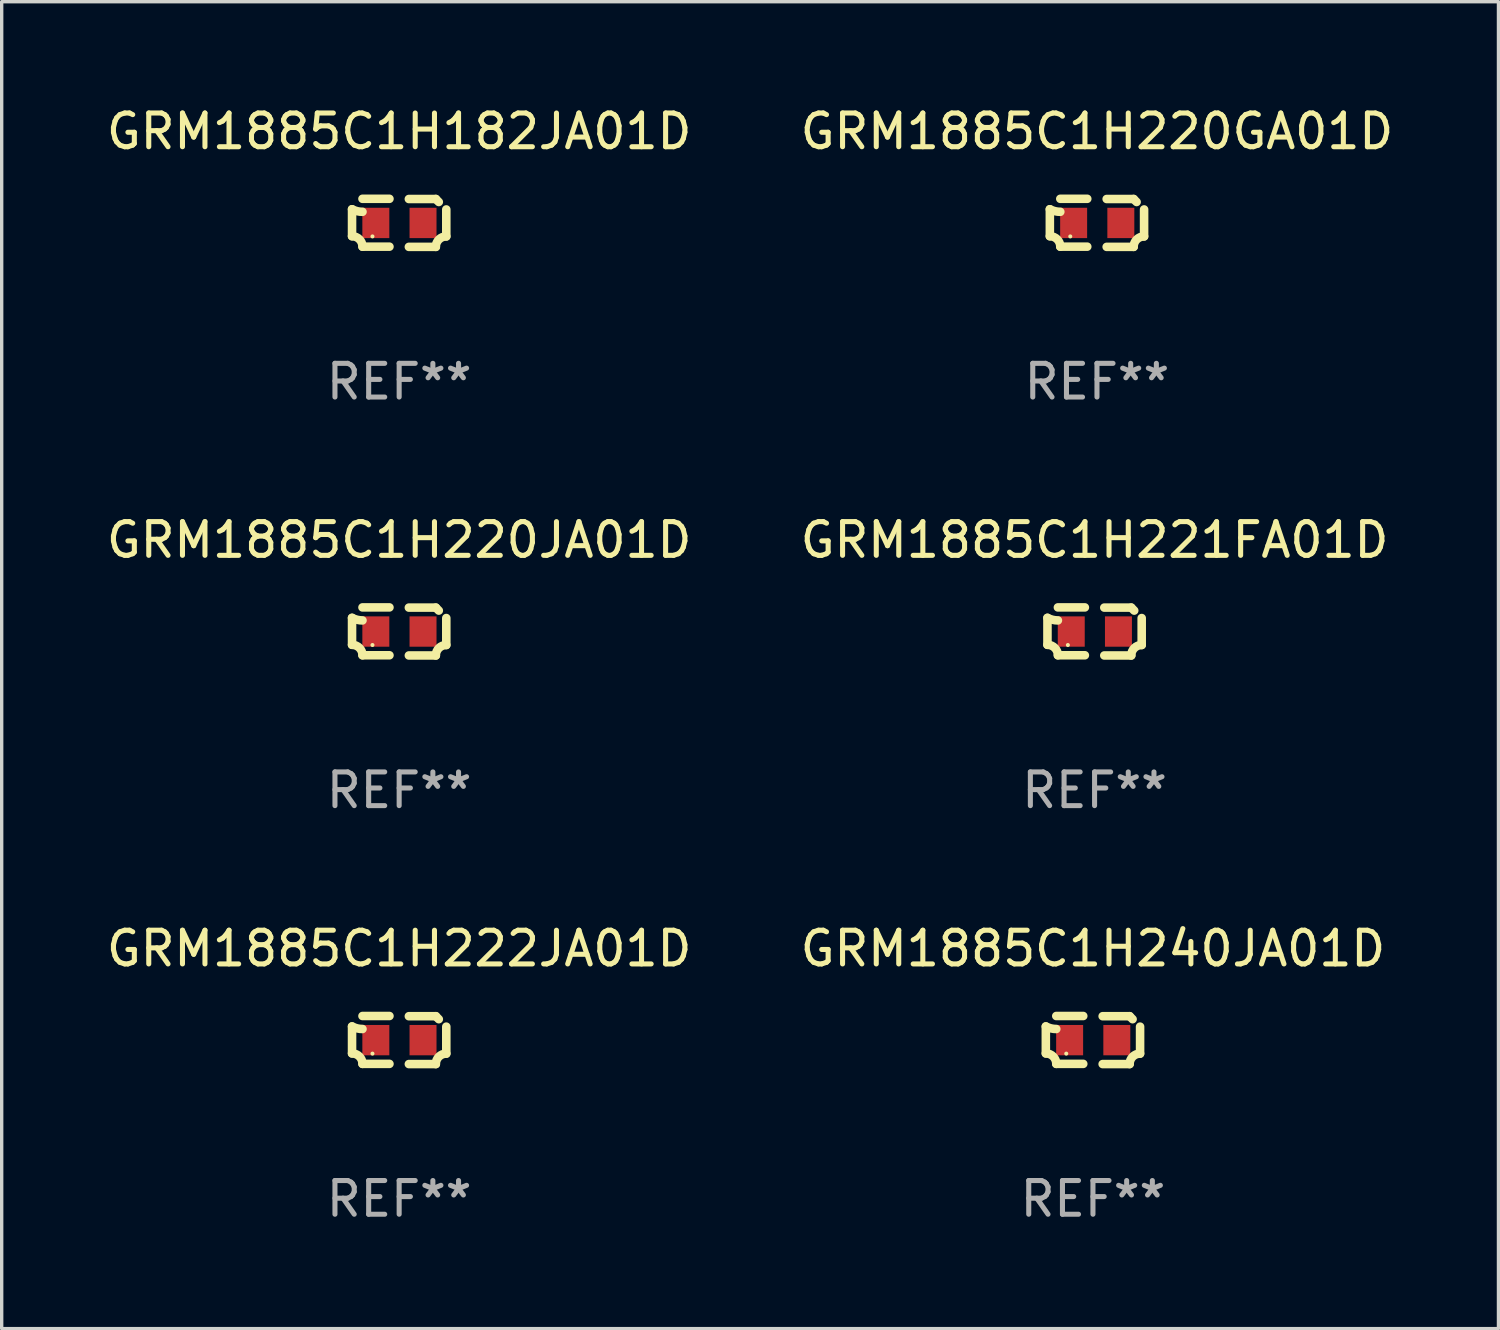
<source format=kicad_pcb>
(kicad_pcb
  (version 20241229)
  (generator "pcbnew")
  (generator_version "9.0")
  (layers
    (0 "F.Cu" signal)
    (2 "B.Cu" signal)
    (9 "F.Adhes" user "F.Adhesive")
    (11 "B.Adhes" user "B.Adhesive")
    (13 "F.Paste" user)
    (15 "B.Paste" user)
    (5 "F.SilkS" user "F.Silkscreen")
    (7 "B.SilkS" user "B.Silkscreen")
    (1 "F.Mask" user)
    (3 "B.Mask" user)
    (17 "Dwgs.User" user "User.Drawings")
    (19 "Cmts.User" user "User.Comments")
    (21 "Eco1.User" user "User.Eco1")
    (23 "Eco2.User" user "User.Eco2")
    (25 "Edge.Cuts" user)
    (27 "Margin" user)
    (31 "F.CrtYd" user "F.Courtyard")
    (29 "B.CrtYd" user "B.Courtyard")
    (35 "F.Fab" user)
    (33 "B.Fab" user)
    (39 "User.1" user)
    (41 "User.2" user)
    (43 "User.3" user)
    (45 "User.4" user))
  (footprint "GRM1885C1H220JA01D"
    (layer "F.Cu")
    (at 8.792 15.683)
    (property "Reference" "GRM1885C1H220JA01D" (at 0 -2.713 0) (layer "F.SilkS") (effects (font (size 1 1) (thickness 0.15))))
    (attr through_hole)
    (fp_line (start -1.398 -0.403) (end -1.398 0.397) (stroke (width 0.254) (type solid)) (layer "F.SilkS"))
    (fp_line (start -0.288 -0.713) (end -1.088 -0.713) (stroke (width 0.254) (type solid)) (layer "F.SilkS"))
    (fp_line (start -0.288 0.707) (end -1.088 0.707) (stroke (width 0.254) (type solid)) (layer "F.SilkS"))
    (fp_line (start 0.288 -0.707) (end 1.088 -0.707) (stroke (width 0.254) (type solid)) (layer "F.SilkS"))
    (fp_line (start 0.288 0.713) (end 1.088 0.713) (stroke (width 0.254) (type solid)) (layer "F.SilkS"))
    (fp_line (start 1.398 -0.397) (end 1.398 0.403) (stroke (width 0.254) (type solid)) (layer "F.SilkS"))
    (fp_arc (start -1.397789 0.397066) (mid -1.178701 0.487826) (end -1.08796 0.706922) (stroke (width 0.254001) (type solid)) (layer "F.SilkS"))
    (fp_arc (start -1.08796 -0.327176) (mid -1.247436 -0.346384) (end -1.39779 -0.402908) (stroke (width 0.254001) (type solid)) (layer "F.SilkS"))
    (fp_arc (start 1.087909 0.712738) (mid 1.178656 0.493655) (end 1.397739 0.402908) (stroke (width 0.254001) (type solid)) (layer "F.SilkS"))
    (fp_arc (start 1.175925 -0.618926) (mid 1.131917 -0.662923) (end 1.08791 -0.706922) (stroke (width 0.254001) (type solid)) (layer "F.SilkS"))
    (fp_circle (center -0.792 0.403) (end -0.762 0.403) (stroke (width 0.06) (type solid)) (fill no) (layer "F.SilkS"))
    (fp_text user "REF**" (at 0 4.713 0) (layer "F.Fab") (effects (font (size 1 1) (thickness 0.15))))
    (pad "1" smd rect (at -0.692 0.003) (size 0.8 0.9) (layers "F.Cu" "F.Mask" "F.Paste"))
    (pad "2" smd rect (at 0.708 0.003) (size 0.8 0.9) (layers "F.Cu" "F.Mask" "F.Paste")))
  (footprint "GRM1885C1H222JA01D"
    (layer "F.Cu")
    (at 8.792 27.805)
    (property "Reference" "GRM1885C1H222JA01D" (at 0 -2.713 0) (layer "F.SilkS") (effects (font (size 1 1) (thickness 0.15))))
    (attr through_hole)
    (fp_line (start -1.398 -0.403) (end -1.398 0.397) (stroke (width 0.254) (type solid)) (layer "F.SilkS"))
    (fp_line (start -0.288 -0.713) (end -1.088 -0.713) (stroke (width 0.254) (type solid)) (layer "F.SilkS"))
    (fp_line (start -0.288 0.707) (end -1.088 0.707) (stroke (width 0.254) (type solid)) (layer "F.SilkS"))
    (fp_line (start 0.288 -0.707) (end 1.088 -0.707) (stroke (width 0.254) (type solid)) (layer "F.SilkS"))
    (fp_line (start 0.288 0.713) (end 1.088 0.713) (stroke (width 0.254) (type solid)) (layer "F.SilkS"))
    (fp_line (start 1.398 -0.397) (end 1.398 0.403) (stroke (width 0.254) (type solid)) (layer "F.SilkS"))
    (fp_arc (start -1.397789 0.397066) (mid -1.178701 0.487826) (end -1.08796 0.706922) (stroke (width 0.254001) (type solid)) (layer "F.SilkS"))
    (fp_arc (start -1.08796 -0.327176) (mid -1.247436 -0.346384) (end -1.39779 -0.402908) (stroke (width 0.254001) (type solid)) (layer "F.SilkS"))
    (fp_arc (start 1.087909 0.712738) (mid 1.178656 0.493655) (end 1.397739 0.402908) (stroke (width 0.254001) (type solid)) (layer "F.SilkS"))
    (fp_arc (start 1.175925 -0.618926) (mid 1.131917 -0.662923) (end 1.08791 -0.706922) (stroke (width 0.254001) (type solid)) (layer "F.SilkS"))
    (fp_circle (center -0.792 0.403) (end -0.762 0.403) (stroke (width 0.06) (type solid)) (fill no) (layer "F.SilkS"))
    (fp_text user "REF**" (at 0 4.713 0) (layer "F.Fab") (effects (font (size 1 1) (thickness 0.15))))
    (pad "1" smd rect (at -0.692 0.003) (size 0.8 0.9) (layers "F.Cu" "F.Mask" "F.Paste"))
    (pad "2" smd rect (at 0.708 0.003) (size 0.8 0.9) (layers "F.Cu" "F.Mask" "F.Paste")))
  (footprint "GRM1885C1H221FA01D"
    (layer "F.Cu")
    (at 29.423 15.683)
    (property "Reference" "GRM1885C1H221FA01D" (at 0 -2.713 0) (layer "F.SilkS") (effects (font (size 1 1) (thickness 0.15))))
    (attr through_hole)
    (fp_line (start -1.398 -0.403) (end -1.398 0.397) (stroke (width 0.254) (type solid)) (layer "F.SilkS"))
    (fp_line (start -0.288 -0.713) (end -1.088 -0.713) (stroke (width 0.254) (type solid)) (layer "F.SilkS"))
    (fp_line (start -0.288 0.707) (end -1.088 0.707) (stroke (width 0.254) (type solid)) (layer "F.SilkS"))
    (fp_line (start 0.288 -0.707) (end 1.088 -0.707) (stroke (width 0.254) (type solid)) (layer "F.SilkS"))
    (fp_line (start 0.288 0.713) (end 1.088 0.713) (stroke (width 0.254) (type solid)) (layer "F.SilkS"))
    (fp_line (start 1.398 -0.397) (end 1.398 0.403) (stroke (width 0.254) (type solid)) (layer "F.SilkS"))
    (fp_arc (start -1.397789 0.397066) (mid -1.178701 0.487826) (end -1.08796 0.706922) (stroke (width 0.254001) (type solid)) (layer "F.SilkS"))
    (fp_arc (start -1.08796 -0.327176) (mid -1.247436 -0.346384) (end -1.39779 -0.402908) (stroke (width 0.254001) (type solid)) (layer "F.SilkS"))
    (fp_arc (start 1.087909 0.712738) (mid 1.178656 0.493655) (end 1.397739 0.402908) (stroke (width 0.254001) (type solid)) (layer "F.SilkS"))
    (fp_arc (start 1.175925 -0.618926) (mid 1.131917 -0.662923) (end 1.08791 -0.706922) (stroke (width 0.254001) (type solid)) (layer "F.SilkS"))
    (fp_circle (center -0.792 0.403) (end -0.762 0.403) (stroke (width 0.06) (type solid)) (fill no) (layer "F.SilkS"))
    (fp_text user "REF**" (at 0 4.713 0) (layer "F.Fab") (effects (font (size 1 1) (thickness 0.15))))
    (pad "1" smd rect (at -0.692 0.003) (size 0.8 0.9) (layers "F.Cu" "F.Mask" "F.Paste"))
    (pad "2" smd rect (at 0.708 0.003) (size 0.8 0.9) (layers "F.Cu" "F.Mask" "F.Paste")))
  (footprint "GRM1885C1H220GA01D"
    (layer "F.Cu")
    (at 29.494 3.561)
    (property "Reference" "GRM1885C1H220GA01D" (at 0 -2.713 0) (layer "F.SilkS") (effects (font (size 1 1) (thickness 0.15))))
    (attr through_hole)
    (fp_line (start -1.398 -0.403) (end -1.398 0.397) (stroke (width 0.254) (type solid)) (layer "F.SilkS"))
    (fp_line (start -0.288 -0.713) (end -1.088 -0.713) (stroke (width 0.254) (type solid)) (layer "F.SilkS"))
    (fp_line (start -0.288 0.707) (end -1.088 0.707) (stroke (width 0.254) (type solid)) (layer "F.SilkS"))
    (fp_line (start 0.288 -0.707) (end 1.088 -0.707) (stroke (width 0.254) (type solid)) (layer "F.SilkS"))
    (fp_line (start 0.288 0.713) (end 1.088 0.713) (stroke (width 0.254) (type solid)) (layer "F.SilkS"))
    (fp_line (start 1.398 -0.397) (end 1.398 0.403) (stroke (width 0.254) (type solid)) (layer "F.SilkS"))
    (fp_arc (start -1.397789 0.397066) (mid -1.178701 0.487826) (end -1.08796 0.706922) (stroke (width 0.254001) (type solid)) (layer "F.SilkS"))
    (fp_arc (start -1.08796 -0.327176) (mid -1.247436 -0.346384) (end -1.39779 -0.402908) (stroke (width 0.254001) (type solid)) (layer "F.SilkS"))
    (fp_arc (start 1.087909 0.712738) (mid 1.178656 0.493655) (end 1.397739 0.402908) (stroke (width 0.254001) (type solid)) (layer "F.SilkS"))
    (fp_arc (start 1.175925 -0.618926) (mid 1.131917 -0.662923) (end 1.08791 -0.706922) (stroke (width 0.254001) (type solid)) (layer "F.SilkS"))
    (fp_circle (center -0.792 0.403) (end -0.762 0.403) (stroke (width 0.06) (type solid)) (fill no) (layer "F.SilkS"))
    (fp_text user "REF**" (at 0 4.713 0) (layer "F.Fab") (effects (font (size 1 1) (thickness 0.15))))
    (pad "1" smd rect (at -0.692 0.003) (size 0.8 0.9) (layers "F.Cu" "F.Mask" "F.Paste"))
    (pad "2" smd rect (at 0.708 0.003) (size 0.8 0.9) (layers "F.Cu" "F.Mask" "F.Paste")))
  (footprint "GRM1885C1H240JA01D"
    (layer "F.Cu")
    (at 29.375 27.805)
    (property "Reference" "GRM1885C1H240JA01D" (at 0 -2.713 0) (layer "F.SilkS") (effects (font (size 1 1) (thickness 0.15))))
    (attr through_hole)
    (fp_line (start -1.398 -0.403) (end -1.398 0.397) (stroke (width 0.254) (type solid)) (layer "F.SilkS"))
    (fp_line (start -0.288 -0.713) (end -1.088 -0.713) (stroke (width 0.254) (type solid)) (layer "F.SilkS"))
    (fp_line (start -0.288 0.707) (end -1.088 0.707) (stroke (width 0.254) (type solid)) (layer "F.SilkS"))
    (fp_line (start 0.288 -0.707) (end 1.088 -0.707) (stroke (width 0.254) (type solid)) (layer "F.SilkS"))
    (fp_line (start 0.288 0.713) (end 1.088 0.713) (stroke (width 0.254) (type solid)) (layer "F.SilkS"))
    (fp_line (start 1.398 -0.397) (end 1.398 0.403) (stroke (width 0.254) (type solid)) (layer "F.SilkS"))
    (fp_arc (start -1.397789 0.397066) (mid -1.178701 0.487826) (end -1.08796 0.706922) (stroke (width 0.254001) (type solid)) (layer "F.SilkS"))
    (fp_arc (start -1.08796 -0.327176) (mid -1.247436 -0.346384) (end -1.39779 -0.402908) (stroke (width 0.254001) (type solid)) (layer "F.SilkS"))
    (fp_arc (start 1.087909 0.712738) (mid 1.178656 0.493655) (end 1.397739 0.402908) (stroke (width 0.254001) (type solid)) (layer "F.SilkS"))
    (fp_arc (start 1.175925 -0.618926) (mid 1.131917 -0.662923) (end 1.08791 -0.706922) (stroke (width 0.254001) (type solid)) (layer "F.SilkS"))
    (fp_circle (center -0.792 0.403) (end -0.762 0.403) (stroke (width 0.06) (type solid)) (fill no) (layer "F.SilkS"))
    (fp_text user "REF**" (at 0 4.713 0) (layer "F.Fab") (effects (font (size 1 1) (thickness 0.15))))
    (pad "1" smd rect (at -0.692 0.003) (size 0.8 0.9) (layers "F.Cu" "F.Mask" "F.Paste"))
    (pad "2" smd rect (at 0.708 0.003) (size 0.8 0.9) (layers "F.Cu" "F.Mask" "F.Paste")))
  (footprint "GRM1885C1H182JA01D"
    (layer "F.Cu")
    (at 8.792 3.561)
    (property "Reference" "GRM1885C1H182JA01D" (at 0 -2.713 0) (layer "F.SilkS") (effects (font (size 1 1) (thickness 0.15))))
    (attr through_hole)
    (fp_line (start -1.398 -0.403) (end -1.398 0.397) (stroke (width 0.254) (type solid)) (layer "F.SilkS"))
    (fp_line (start -0.288 -0.713) (end -1.088 -0.713) (stroke (width 0.254) (type solid)) (layer "F.SilkS"))
    (fp_line (start -0.288 0.707) (end -1.088 0.707) (stroke (width 0.254) (type solid)) (layer "F.SilkS"))
    (fp_line (start 0.288 -0.707) (end 1.088 -0.707) (stroke (width 0.254) (type solid)) (layer "F.SilkS"))
    (fp_line (start 0.288 0.713) (end 1.088 0.713) (stroke (width 0.254) (type solid)) (layer "F.SilkS"))
    (fp_line (start 1.398 -0.397) (end 1.398 0.403) (stroke (width 0.254) (type solid)) (layer "F.SilkS"))
    (fp_arc (start -1.397789 0.397066) (mid -1.178701 0.487826) (end -1.08796 0.706922) (stroke (width 0.254001) (type solid)) (layer "F.SilkS"))
    (fp_arc (start -1.08796 -0.327176) (mid -1.247436 -0.346384) (end -1.39779 -0.402908) (stroke (width 0.254001) (type solid)) (layer "F.SilkS"))
    (fp_arc (start 1.087909 0.712738) (mid 1.178656 0.493655) (end 1.397739 0.402908) (stroke (width 0.254001) (type solid)) (layer "F.SilkS"))
    (fp_arc (start 1.175925 -0.618926) (mid 1.131917 -0.662923) (end 1.08791 -0.706922) (stroke (width 0.254001) (type solid)) (layer "F.SilkS"))
    (fp_circle (center -0.792 0.403) (end -0.762 0.403) (stroke (width 0.06) (type solid)) (fill no) (layer "F.SilkS"))
    (fp_text user "REF**" (at 0 4.713 0) (layer "F.Fab") (effects (font (size 1 1) (thickness 0.15))))
    (pad "1" smd rect (at -0.692 0.003) (size 0.8 0.9) (layers "F.Cu" "F.Mask" "F.Paste"))
    (pad "2" smd rect (at 0.708 0.003) (size 0.8 0.9) (layers "F.Cu" "F.Mask" "F.Paste")))
  (gr_rect
    (start -3 -3)
    (end 41.405 36.366)
    (stroke (width 0.1) (type default))
    (fill no)
    (layer "Edge.Cuts")))
</source>
